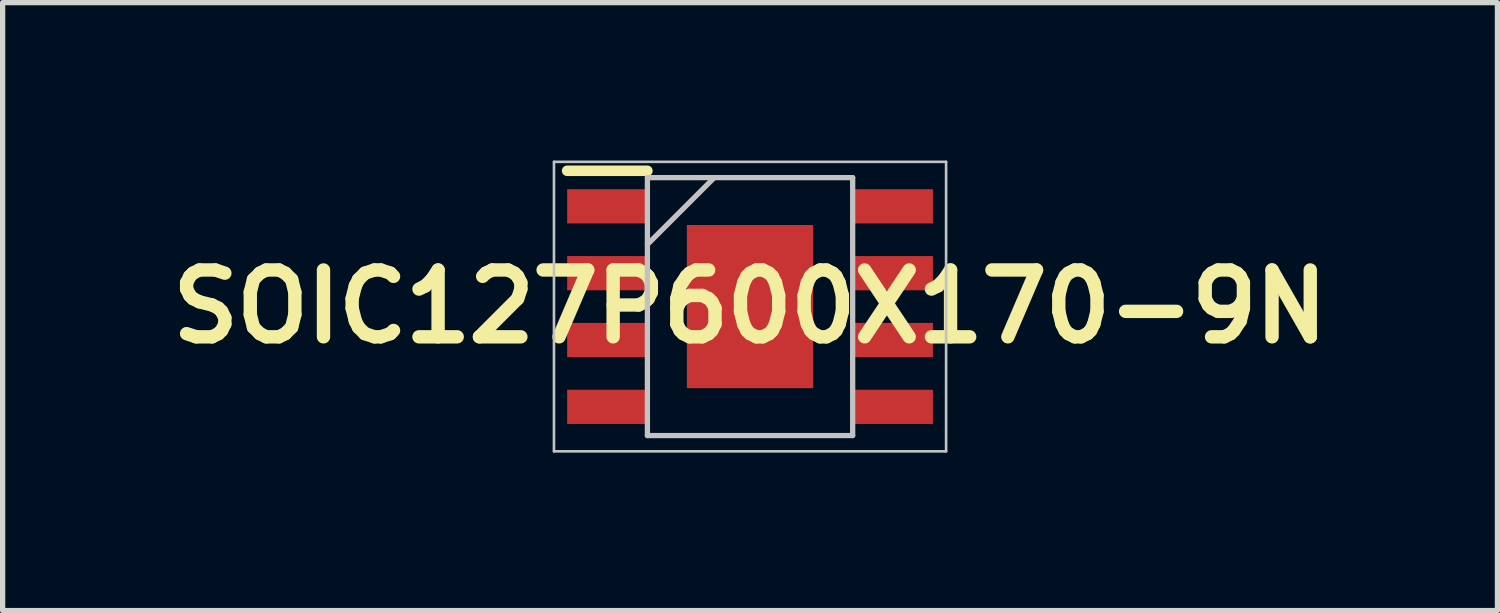
<source format=kicad_pcb>
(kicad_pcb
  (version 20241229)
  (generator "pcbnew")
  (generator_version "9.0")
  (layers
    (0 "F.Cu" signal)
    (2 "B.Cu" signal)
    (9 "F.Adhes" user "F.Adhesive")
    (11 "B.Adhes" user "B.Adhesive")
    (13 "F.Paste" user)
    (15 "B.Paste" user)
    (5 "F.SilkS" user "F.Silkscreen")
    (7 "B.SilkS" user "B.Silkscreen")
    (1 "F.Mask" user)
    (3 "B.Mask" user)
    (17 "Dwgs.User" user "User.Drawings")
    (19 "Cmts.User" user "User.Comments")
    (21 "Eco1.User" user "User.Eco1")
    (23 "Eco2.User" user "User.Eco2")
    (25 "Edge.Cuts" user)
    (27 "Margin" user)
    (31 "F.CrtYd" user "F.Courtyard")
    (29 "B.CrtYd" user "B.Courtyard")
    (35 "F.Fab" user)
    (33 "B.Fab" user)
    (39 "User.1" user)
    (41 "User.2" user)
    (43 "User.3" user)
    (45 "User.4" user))
  (footprint "SOIC127P600X170-9N"
    (layer "F.Cu")
    (at 11.2 2.775)
    (property "Reference" "SOIC127P600X170-9N" (at 0 0 0) (layer "F.SilkS") (effects (font (size 1.27 1.27) (thickness 0.254))))
    (attr smd)
    (fp_line (start -3.475 -2.58) (end -1.95 -2.58) (stroke (width 0.2) (type solid)) (layer "F.SilkS"))
    (fp_line (start -3.725 -2.75) (end 3.725 -2.75) (stroke (width 0.05) (type solid)) (layer "Dwgs.User"))
    (fp_line (start -3.725 2.75) (end -3.725 -2.75) (stroke (width 0.05) (type solid)) (layer "Dwgs.User"))
    (fp_line (start -1.95 -2.45) (end 1.95 -2.45) (stroke (width 0.1) (type solid)) (layer "Dwgs.User"))
    (fp_line (start -1.95 -1.18) (end -0.68 -2.45) (stroke (width 0.1) (type solid)) (layer "Dwgs.User"))
    (fp_line (start -1.95 2.45) (end -1.95 -2.45) (stroke (width 0.1) (type solid)) (layer "Dwgs.User"))
    (fp_line (start 1.95 -2.45) (end 1.95 2.45) (stroke (width 0.1) (type solid)) (layer "Dwgs.User"))
    (fp_line (start 1.95 2.45) (end -1.95 2.45) (stroke (width 0.1) (type solid)) (layer "Dwgs.User"))
    (fp_line (start 3.725 -2.75) (end 3.725 2.75) (stroke (width 0.05) (type solid)) (layer "Dwgs.User"))
    (fp_line (start 3.725 2.75) (end -3.725 2.75) (stroke (width 0.05) (type solid)) (layer "Dwgs.User"))
    (pad "1" smd rect (at -2.712 -1.905 90) (size 0.65 1.525) (layers "F.Cu" "F.Mask" "F.Paste"))
    (pad "2" smd rect (at -2.712 -0.635 90) (size 0.65 1.525) (layers "F.Cu" "F.Mask" "F.Paste"))
    (pad "3" smd rect (at -2.712 0.635 90) (size 0.65 1.525) (layers "F.Cu" "F.Mask" "F.Paste"))
    (pad "4" smd rect (at -2.712 1.905 90) (size 0.65 1.525) (layers "F.Cu" "F.Mask" "F.Paste"))
    (pad "5" smd rect (at 2.712 1.905 90) (size 0.65 1.525) (layers "F.Cu" "F.Mask" "F.Paste"))
    (pad "6" smd rect (at 2.712 0.635 90) (size 0.65 1.525) (layers "F.Cu" "F.Mask" "F.Paste"))
    (pad "7" smd rect (at 2.712 -0.635 90) (size 0.65 1.525) (layers "F.Cu" "F.Mask" "F.Paste"))
    (pad "8" smd rect (at 2.712 -1.905 90) (size 0.65 1.525) (layers "F.Cu" "F.Mask" "F.Paste"))
    (pad "9" smd rect (at 0 0) (size 2.4 3.1) (layers "F.Cu" "F.Mask" "F.Paste")))
  (gr_rect
    (start -3 -3)
    (end 25.4 8.55)
    (stroke (width 0.1) (type default))
    (fill no)
    (layer "Edge.Cuts")))
</source>
